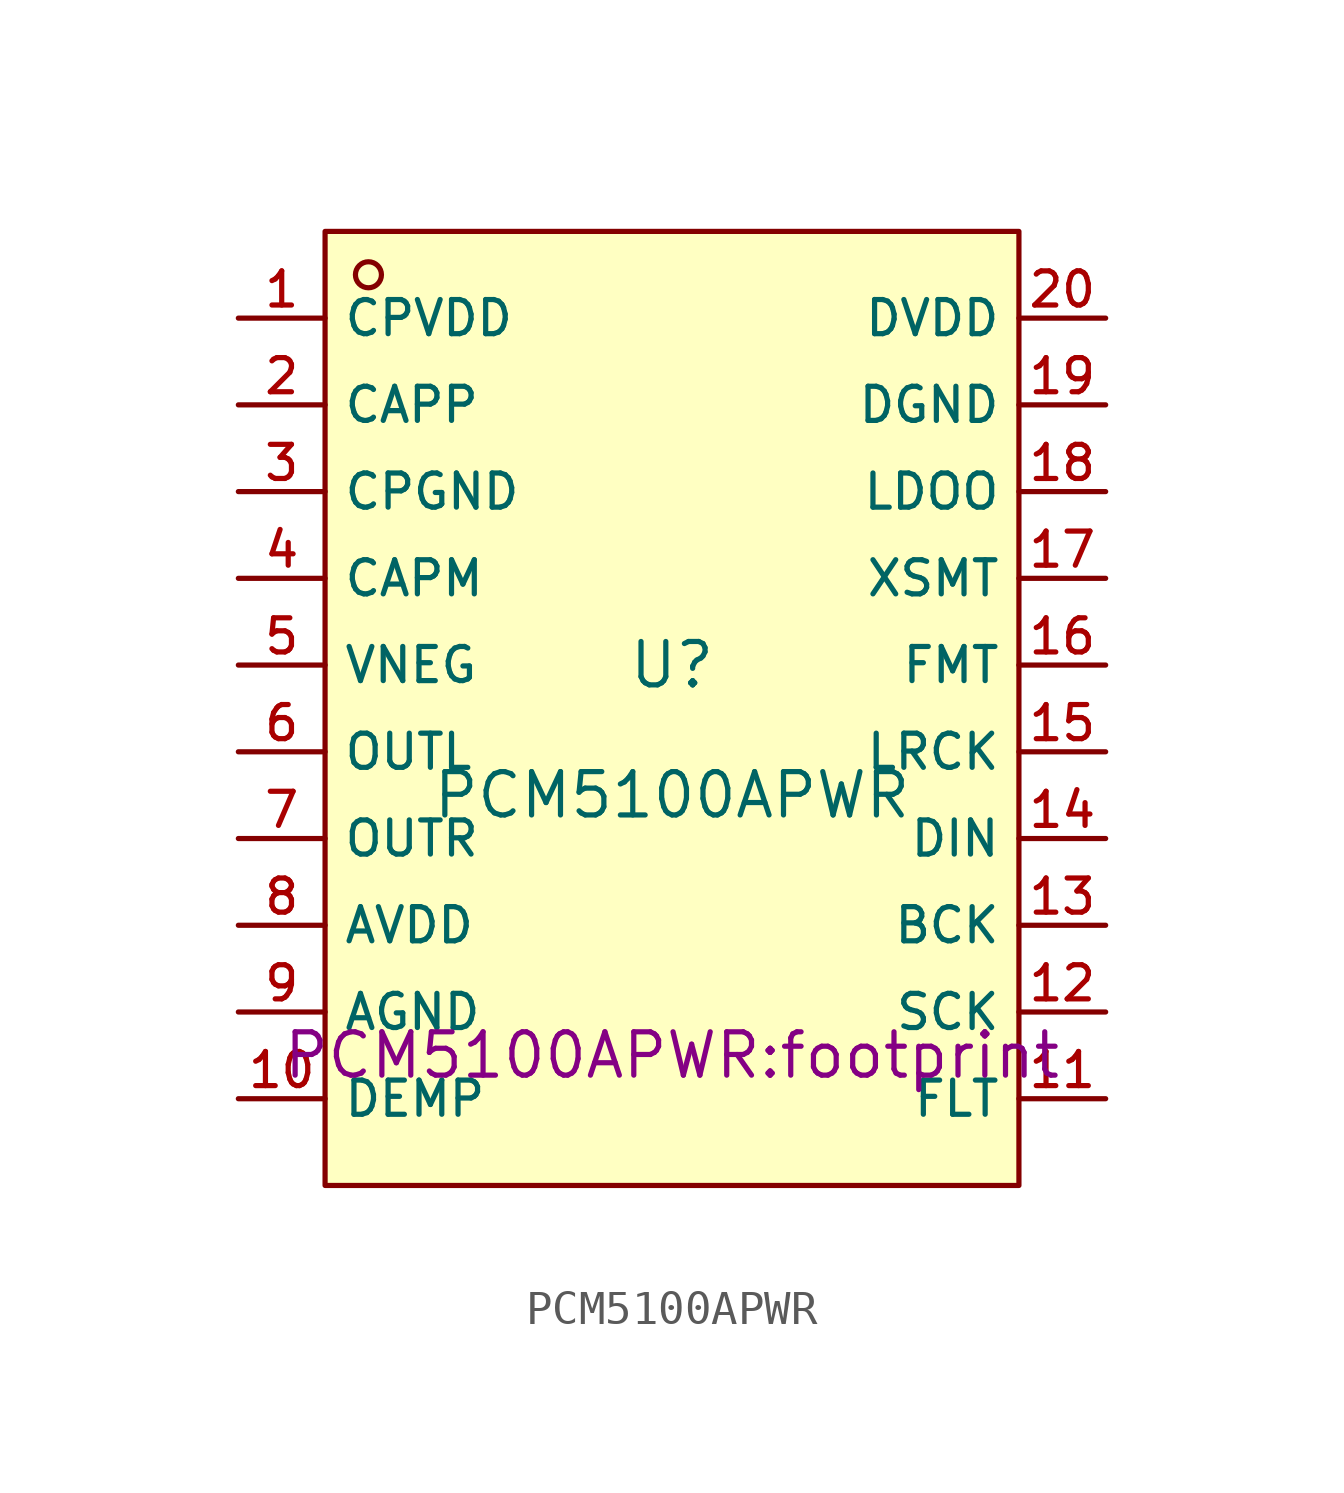
<source format=kicad_sym>
(kicad_symbol_lib
  (version 20210201)
  (generator TousstNicolas/JLC2KiCad_lib)
  (symbol "PCM5100APWR"
    (property "Reference" "U"
      (at 0 1.27 0)
      (effects (font (size 1.27 1.27))))
    (property "Value" "PCM5100APWR"
      (at 0 -2.54 0)
      (effects (font (size 1.27 1.27))))
    (property "Footprint" "PCM5100APWR:footprint"
      (at 0 -10.16 0))
    (symbol "PCM5100APWR_0_1"
      (rectangle (start -10.16 13.97) (end 10.16 -13.97) (stroke (width 0) (type default) (color 0 0 0 0)) (fill (type background)))
      (circle (center -8.89 12.7) (radius 0.381) (stroke (width 0) (type default) (color 0 0 0 0)) (fill (type background)))
      (pin unspecified line (at -12.7 11.43 0) (length 2.54) (name "CPVDD" (effects (font (size 1 1)))) (number "1" (effects (font (size 1 1)))))
      (pin unspecified line (at -12.7 8.89 0) (length 2.54) (name "CAPP" (effects (font (size 1 1)))) (number "2" (effects (font (size 1 1)))))
      (pin unspecified line (at -12.7 6.35 0) (length 2.54) (name "CPGND" (effects (font (size 1 1)))) (number "3" (effects (font (size 1 1)))))
      (pin unspecified line (at -12.7 3.81 0) (length 2.54) (name "CAPM" (effects (font (size 1 1)))) (number "4" (effects (font (size 1 1)))))
      (pin unspecified line (at -12.7 1.27 0) (length 2.54) (name "VNEG" (effects (font (size 1 1)))) (number "5" (effects (font (size 1 1)))))
      (pin unspecified line (at -12.7 -1.27 0) (length 2.54) (name "OUTL" (effects (font (size 1 1)))) (number "6" (effects (font (size 1 1)))))
      (pin unspecified line (at -12.7 -3.81 0) (length 2.54) (name "OUTR" (effects (font (size 1 1)))) (number "7" (effects (font (size 1 1)))))
      (pin unspecified line (at -12.7 -6.35 0) (length 2.54) (name "AVDD" (effects (font (size 1 1)))) (number "8" (effects (font (size 1 1)))))
      (pin unspecified line (at -12.7 -8.89 0) (length 2.54) (name "AGND" (effects (font (size 1 1)))) (number "9" (effects (font (size 1 1)))))
      (pin unspecified line (at -12.7 -11.43 0) (length 2.54) (name "DEMP" (effects (font (size 1 1)))) (number "10" (effects (font (size 1 1)))))
      (pin unspecified line (at 12.7 -11.43 180) (length 2.54) (name "FLT" (effects (font (size 1 1)))) (number "11" (effects (font (size 1 1)))))
      (pin unspecified line (at 12.7 -8.89 180) (length 2.54) (name "SCK" (effects (font (size 1 1)))) (number "12" (effects (font (size 1 1)))))
      (pin unspecified line (at 12.7 -6.35 180) (length 2.54) (name "BCK" (effects (font (size 1 1)))) (number "13" (effects (font (size 1 1)))))
      (pin unspecified line (at 12.7 -3.81 180) (length 2.54) (name "DIN" (effects (font (size 1 1)))) (number "14" (effects (font (size 1 1)))))
      (pin unspecified line (at 12.7 -1.27 180) (length 2.54) (name "LRCK" (effects (font (size 1 1)))) (number "15" (effects (font (size 1 1)))))
      (pin unspecified line (at 12.7 1.27 180) (length 2.54) (name "FMT" (effects (font (size 1 1)))) (number "16" (effects (font (size 1 1)))))
      (pin unspecified line (at 12.7 3.81 180) (length 2.54) (name "XSMT" (effects (font (size 1 1)))) (number "17" (effects (font (size 1 1)))))
      (pin unspecified line (at 12.7 6.35 180) (length 2.54) (name "LDOO" (effects (font (size 1 1)))) (number "18" (effects (font (size 1 1)))))
      (pin unspecified line (at 12.7 8.89 180) (length 2.54) (name "DGND" (effects (font (size 1 1)))) (number "19" (effects (font (size 1 1)))))
      (pin unspecified line (at 12.7 11.43 180) (length 2.54) (name "DVDD" (effects (font (size 1 1)))) (number "20" (effects (font (size 1 1))))))))
</source>
